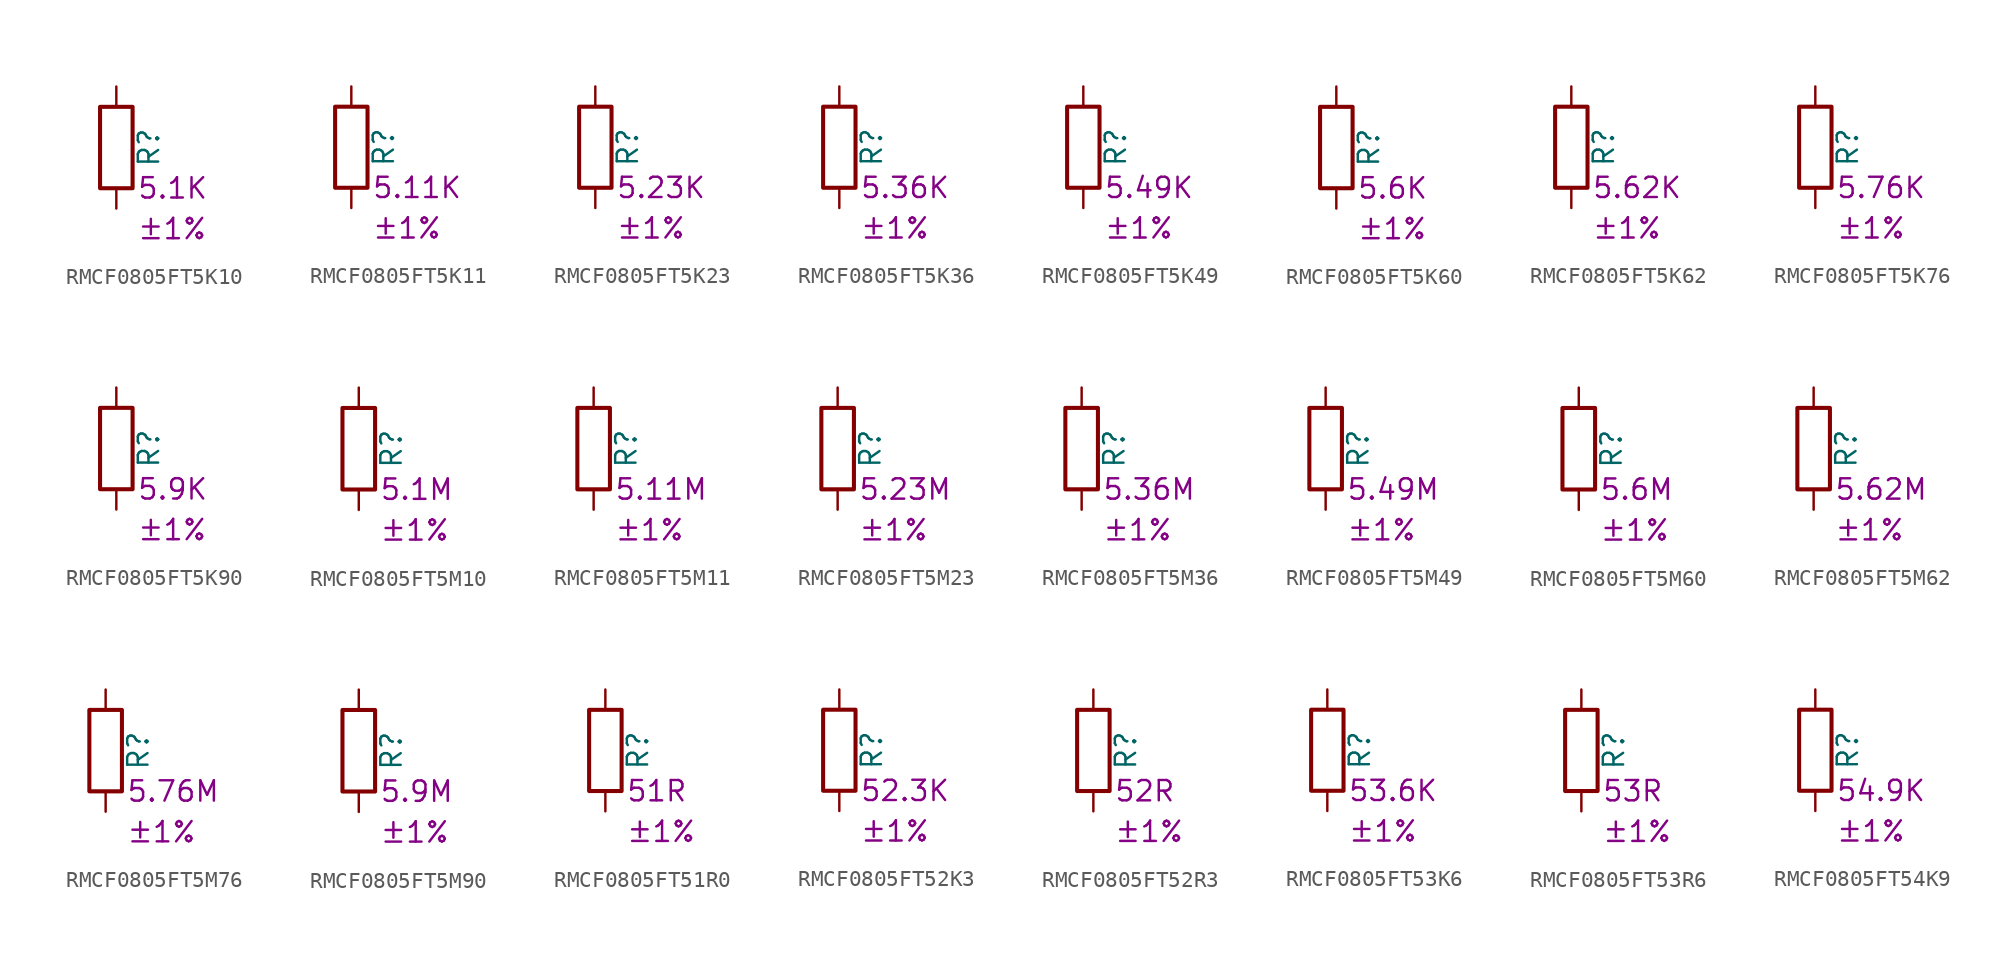
<source format=kicad_sym>
(kicad_symbol_lib
  (version 20220914)
  (generator kicad_symbol_editor)
  (symbol "RMCF0805FT5K10"
    (pin_numbers hide)
    (pin_names
      (offset 0))
    (property "Reference" "R"
      (at 2.032 0 90)
      (effects (font (size 1.27 1.27))))
    (property "Resistance" "5.1K"
      (at 1.27 -2.54 0)
      (effects (font (size 1.27 1.27)) (justify left)))
    (property "Tolerance" "±1%"
      (at 1.27 -5.08 0)
      (effects (font (size 1.27 1.27)) (justify left)))
    (symbol "RMCF0805FT5K10_0_1"
      (rectangle (start -1.016 -2.54) (end 1.016 2.54) (stroke (width 0.254) (type default)) (fill (type none))))
    (symbol "RMCF0805FT5K10_1_1"
      (pin passive line (at 0 3.81 270) (length 1.27) (name "~" (effects (font (size 1.27 1.27)))) (number "1" (effects (font (size 1.27 1.27)))))
      (pin passive line (at 0 -3.81 90) (length 1.27) (name "~" (effects (font (size 1.27 1.27)))) (number "2" (effects (font (size 1.27 1.27)))))))
  (symbol "RMCF0805FT5K11"
    (pin_numbers hide)
    (pin_names
      (offset 0))
    (property "Reference" "R"
      (at 2.032 0 90)
      (effects (font (size 1.27 1.27))))
    (property "Resistance" "5.11K"
      (at 1.27 -2.54 0)
      (effects (font (size 1.27 1.27)) (justify left)))
    (property "Tolerance" "±1%"
      (at 1.27 -5.08 0)
      (effects (font (size 1.27 1.27)) (justify left)))
    (symbol "RMCF0805FT5K11_0_1"
      (rectangle (start -1.016 -2.54) (end 1.016 2.54) (stroke (width 0.254) (type default)) (fill (type none))))
    (symbol "RMCF0805FT5K11_1_1"
      (pin passive line (at 0 3.81 270) (length 1.27) (name "~" (effects (font (size 1.27 1.27)))) (number "1" (effects (font (size 1.27 1.27)))))
      (pin passive line (at 0 -3.81 90) (length 1.27) (name "~" (effects (font (size 1.27 1.27)))) (number "2" (effects (font (size 1.27 1.27)))))))
  (symbol "RMCF0805FT5K23"
    (pin_numbers hide)
    (pin_names
      (offset 0))
    (property "Reference" "R"
      (at 2.032 0 90)
      (effects (font (size 1.27 1.27))))
    (property "Resistance" "5.23K"
      (at 1.27 -2.54 0)
      (effects (font (size 1.27 1.27)) (justify left)))
    (property "Tolerance" "±1%"
      (at 1.27 -5.08 0)
      (effects (font (size 1.27 1.27)) (justify left)))
    (symbol "RMCF0805FT5K23_0_1"
      (rectangle (start -1.016 -2.54) (end 1.016 2.54) (stroke (width 0.254) (type default)) (fill (type none))))
    (symbol "RMCF0805FT5K23_1_1"
      (pin passive line (at 0 3.81 270) (length 1.27) (name "~" (effects (font (size 1.27 1.27)))) (number "1" (effects (font (size 1.27 1.27)))))
      (pin passive line (at 0 -3.81 90) (length 1.27) (name "~" (effects (font (size 1.27 1.27)))) (number "2" (effects (font (size 1.27 1.27)))))))
  (symbol "RMCF0805FT5K36"
    (pin_numbers hide)
    (pin_names
      (offset 0))
    (property "Reference" "R"
      (at 2.032 0 90)
      (effects (font (size 1.27 1.27))))
    (property "Resistance" "5.36K"
      (at 1.27 -2.54 0)
      (effects (font (size 1.27 1.27)) (justify left)))
    (property "Tolerance" "±1%"
      (at 1.27 -5.08 0)
      (effects (font (size 1.27 1.27)) (justify left)))
    (symbol "RMCF0805FT5K36_0_1"
      (rectangle (start -1.016 -2.54) (end 1.016 2.54) (stroke (width 0.254) (type default)) (fill (type none))))
    (symbol "RMCF0805FT5K36_1_1"
      (pin passive line (at 0 3.81 270) (length 1.27) (name "~" (effects (font (size 1.27 1.27)))) (number "1" (effects (font (size 1.27 1.27)))))
      (pin passive line (at 0 -3.81 90) (length 1.27) (name "~" (effects (font (size 1.27 1.27)))) (number "2" (effects (font (size 1.27 1.27)))))))
  (symbol "RMCF0805FT5K49"
    (pin_numbers hide)
    (pin_names
      (offset 0))
    (property "Reference" "R"
      (at 2.032 0 90)
      (effects (font (size 1.27 1.27))))
    (property "Resistance" "5.49K"
      (at 1.27 -2.54 0)
      (effects (font (size 1.27 1.27)) (justify left)))
    (property "Tolerance" "±1%"
      (at 1.27 -5.08 0)
      (effects (font (size 1.27 1.27)) (justify left)))
    (symbol "RMCF0805FT5K49_0_1"
      (rectangle (start -1.016 -2.54) (end 1.016 2.54) (stroke (width 0.254) (type default)) (fill (type none))))
    (symbol "RMCF0805FT5K49_1_1"
      (pin passive line (at 0 3.81 270) (length 1.27) (name "~" (effects (font (size 1.27 1.27)))) (number "1" (effects (font (size 1.27 1.27)))))
      (pin passive line (at 0 -3.81 90) (length 1.27) (name "~" (effects (font (size 1.27 1.27)))) (number "2" (effects (font (size 1.27 1.27)))))))
  (symbol "RMCF0805FT5K60"
    (pin_numbers hide)
    (pin_names
      (offset 0))
    (property "Reference" "R"
      (at 2.032 0 90)
      (effects (font (size 1.27 1.27))))
    (property "Resistance" "5.6K"
      (at 1.27 -2.54 0)
      (effects (font (size 1.27 1.27)) (justify left)))
    (property "Tolerance" "±1%"
      (at 1.27 -5.08 0)
      (effects (font (size 1.27 1.27)) (justify left)))
    (symbol "RMCF0805FT5K60_0_1"
      (rectangle (start -1.016 -2.54) (end 1.016 2.54) (stroke (width 0.254) (type default)) (fill (type none))))
    (symbol "RMCF0805FT5K60_1_1"
      (pin passive line (at 0 3.81 270) (length 1.27) (name "~" (effects (font (size 1.27 1.27)))) (number "1" (effects (font (size 1.27 1.27)))))
      (pin passive line (at 0 -3.81 90) (length 1.27) (name "~" (effects (font (size 1.27 1.27)))) (number "2" (effects (font (size 1.27 1.27)))))))
  (symbol "RMCF0805FT5K62"
    (pin_numbers hide)
    (pin_names
      (offset 0))
    (property "Reference" "R"
      (at 2.032 0 90)
      (effects (font (size 1.27 1.27))))
    (property "Resistance" "5.62K"
      (at 1.27 -2.54 0)
      (effects (font (size 1.27 1.27)) (justify left)))
    (property "Tolerance" "±1%"
      (at 1.27 -5.08 0)
      (effects (font (size 1.27 1.27)) (justify left)))
    (symbol "RMCF0805FT5K62_0_1"
      (rectangle (start -1.016 -2.54) (end 1.016 2.54) (stroke (width 0.254) (type default)) (fill (type none))))
    (symbol "RMCF0805FT5K62_1_1"
      (pin passive line (at 0 3.81 270) (length 1.27) (name "~" (effects (font (size 1.27 1.27)))) (number "1" (effects (font (size 1.27 1.27)))))
      (pin passive line (at 0 -3.81 90) (length 1.27) (name "~" (effects (font (size 1.27 1.27)))) (number "2" (effects (font (size 1.27 1.27)))))))
  (symbol "RMCF0805FT5K76"
    (pin_numbers hide)
    (pin_names
      (offset 0))
    (property "Reference" "R"
      (at 2.032 0 90)
      (effects (font (size 1.27 1.27))))
    (property "Resistance" "5.76K"
      (at 1.27 -2.54 0)
      (effects (font (size 1.27 1.27)) (justify left)))
    (property "Tolerance" "±1%"
      (at 1.27 -5.08 0)
      (effects (font (size 1.27 1.27)) (justify left)))
    (symbol "RMCF0805FT5K76_0_1"
      (rectangle (start -1.016 -2.54) (end 1.016 2.54) (stroke (width 0.254) (type default)) (fill (type none))))
    (symbol "RMCF0805FT5K76_1_1"
      (pin passive line (at 0 3.81 270) (length 1.27) (name "~" (effects (font (size 1.27 1.27)))) (number "1" (effects (font (size 1.27 1.27)))))
      (pin passive line (at 0 -3.81 90) (length 1.27) (name "~" (effects (font (size 1.27 1.27)))) (number "2" (effects (font (size 1.27 1.27)))))))
  (symbol "RMCF0805FT5K90"
    (pin_numbers hide)
    (pin_names
      (offset 0))
    (property "Reference" "R"
      (at 2.032 0 90)
      (effects (font (size 1.27 1.27))))
    (property "Resistance" "5.9K"
      (at 1.27 -2.54 0)
      (effects (font (size 1.27 1.27)) (justify left)))
    (property "Tolerance" "±1%"
      (at 1.27 -5.08 0)
      (effects (font (size 1.27 1.27)) (justify left)))
    (symbol "RMCF0805FT5K90_0_1"
      (rectangle (start -1.016 -2.54) (end 1.016 2.54) (stroke (width 0.254) (type default)) (fill (type none))))
    (symbol "RMCF0805FT5K90_1_1"
      (pin passive line (at 0 3.81 270) (length 1.27) (name "~" (effects (font (size 1.27 1.27)))) (number "1" (effects (font (size 1.27 1.27)))))
      (pin passive line (at 0 -3.81 90) (length 1.27) (name "~" (effects (font (size 1.27 1.27)))) (number "2" (effects (font (size 1.27 1.27)))))))
  (symbol "RMCF0805FT5M10"
    (pin_numbers hide)
    (pin_names
      (offset 0))
    (property "Reference" "R"
      (at 2.032 0 90)
      (effects (font (size 1.27 1.27))))
    (property "Resistance" "5.1M"
      (at 1.27 -2.54 0)
      (effects (font (size 1.27 1.27)) (justify left)))
    (property "Tolerance" "±1%"
      (at 1.27 -5.08 0)
      (effects (font (size 1.27 1.27)) (justify left)))
    (symbol "RMCF0805FT5M10_0_1"
      (rectangle (start -1.016 -2.54) (end 1.016 2.54) (stroke (width 0.254) (type default)) (fill (type none))))
    (symbol "RMCF0805FT5M10_1_1"
      (pin passive line (at 0 3.81 270) (length 1.27) (name "~" (effects (font (size 1.27 1.27)))) (number "1" (effects (font (size 1.27 1.27)))))
      (pin passive line (at 0 -3.81 90) (length 1.27) (name "~" (effects (font (size 1.27 1.27)))) (number "2" (effects (font (size 1.27 1.27)))))))
  (symbol "RMCF0805FT5M11"
    (pin_numbers hide)
    (pin_names
      (offset 0))
    (property "Reference" "R"
      (at 2.032 0 90)
      (effects (font (size 1.27 1.27))))
    (property "Resistance" "5.11M"
      (at 1.27 -2.54 0)
      (effects (font (size 1.27 1.27)) (justify left)))
    (property "Tolerance" "±1%"
      (at 1.27 -5.08 0)
      (effects (font (size 1.27 1.27)) (justify left)))
    (symbol "RMCF0805FT5M11_0_1"
      (rectangle (start -1.016 -2.54) (end 1.016 2.54) (stroke (width 0.254) (type default)) (fill (type none))))
    (symbol "RMCF0805FT5M11_1_1"
      (pin passive line (at 0 3.81 270) (length 1.27) (name "~" (effects (font (size 1.27 1.27)))) (number "1" (effects (font (size 1.27 1.27)))))
      (pin passive line (at 0 -3.81 90) (length 1.27) (name "~" (effects (font (size 1.27 1.27)))) (number "2" (effects (font (size 1.27 1.27)))))))
  (symbol "RMCF0805FT5M23"
    (pin_numbers hide)
    (pin_names
      (offset 0))
    (property "Reference" "R"
      (at 2.032 0 90)
      (effects (font (size 1.27 1.27))))
    (property "Resistance" "5.23M"
      (at 1.27 -2.54 0)
      (effects (font (size 1.27 1.27)) (justify left)))
    (property "Tolerance" "±1%"
      (at 1.27 -5.08 0)
      (effects (font (size 1.27 1.27)) (justify left)))
    (symbol "RMCF0805FT5M23_0_1"
      (rectangle (start -1.016 -2.54) (end 1.016 2.54) (stroke (width 0.254) (type default)) (fill (type none))))
    (symbol "RMCF0805FT5M23_1_1"
      (pin passive line (at 0 3.81 270) (length 1.27) (name "~" (effects (font (size 1.27 1.27)))) (number "1" (effects (font (size 1.27 1.27)))))
      (pin passive line (at 0 -3.81 90) (length 1.27) (name "~" (effects (font (size 1.27 1.27)))) (number "2" (effects (font (size 1.27 1.27)))))))
  (symbol "RMCF0805FT5M36"
    (pin_numbers hide)
    (pin_names
      (offset 0))
    (property "Reference" "R"
      (at 2.032 0 90)
      (effects (font (size 1.27 1.27))))
    (property "Resistance" "5.36M"
      (at 1.27 -2.54 0)
      (effects (font (size 1.27 1.27)) (justify left)))
    (property "Tolerance" "±1%"
      (at 1.27 -5.08 0)
      (effects (font (size 1.27 1.27)) (justify left)))
    (symbol "RMCF0805FT5M36_0_1"
      (rectangle (start -1.016 -2.54) (end 1.016 2.54) (stroke (width 0.254) (type default)) (fill (type none))))
    (symbol "RMCF0805FT5M36_1_1"
      (pin passive line (at 0 3.81 270) (length 1.27) (name "~" (effects (font (size 1.27 1.27)))) (number "1" (effects (font (size 1.27 1.27)))))
      (pin passive line (at 0 -3.81 90) (length 1.27) (name "~" (effects (font (size 1.27 1.27)))) (number "2" (effects (font (size 1.27 1.27)))))))
  (symbol "RMCF0805FT5M49"
    (pin_numbers hide)
    (pin_names
      (offset 0))
    (property "Reference" "R"
      (at 2.032 0 90)
      (effects (font (size 1.27 1.27))))
    (property "Resistance" "5.49M"
      (at 1.27 -2.54 0)
      (effects (font (size 1.27 1.27)) (justify left)))
    (property "Tolerance" "±1%"
      (at 1.27 -5.08 0)
      (effects (font (size 1.27 1.27)) (justify left)))
    (symbol "RMCF0805FT5M49_0_1"
      (rectangle (start -1.016 -2.54) (end 1.016 2.54) (stroke (width 0.254) (type default)) (fill (type none))))
    (symbol "RMCF0805FT5M49_1_1"
      (pin passive line (at 0 3.81 270) (length 1.27) (name "~" (effects (font (size 1.27 1.27)))) (number "1" (effects (font (size 1.27 1.27)))))
      (pin passive line (at 0 -3.81 90) (length 1.27) (name "~" (effects (font (size 1.27 1.27)))) (number "2" (effects (font (size 1.27 1.27)))))))
  (symbol "RMCF0805FT5M60"
    (pin_numbers hide)
    (pin_names
      (offset 0))
    (property "Reference" "R"
      (at 2.032 0 90)
      (effects (font (size 1.27 1.27))))
    (property "Resistance" "5.6M"
      (at 1.27 -2.54 0)
      (effects (font (size 1.27 1.27)) (justify left)))
    (property "Tolerance" "±1%"
      (at 1.27 -5.08 0)
      (effects (font (size 1.27 1.27)) (justify left)))
    (symbol "RMCF0805FT5M60_0_1"
      (rectangle (start -1.016 -2.54) (end 1.016 2.54) (stroke (width 0.254) (type default)) (fill (type none))))
    (symbol "RMCF0805FT5M60_1_1"
      (pin passive line (at 0 3.81 270) (length 1.27) (name "~" (effects (font (size 1.27 1.27)))) (number "1" (effects (font (size 1.27 1.27)))))
      (pin passive line (at 0 -3.81 90) (length 1.27) (name "~" (effects (font (size 1.27 1.27)))) (number "2" (effects (font (size 1.27 1.27)))))))
  (symbol "RMCF0805FT5M62"
    (pin_numbers hide)
    (pin_names
      (offset 0))
    (property "Reference" "R"
      (at 2.032 0 90)
      (effects (font (size 1.27 1.27))))
    (property "Resistance" "5.62M"
      (at 1.27 -2.54 0)
      (effects (font (size 1.27 1.27)) (justify left)))
    (property "Tolerance" "±1%"
      (at 1.27 -5.08 0)
      (effects (font (size 1.27 1.27)) (justify left)))
    (symbol "RMCF0805FT5M62_0_1"
      (rectangle (start -1.016 -2.54) (end 1.016 2.54) (stroke (width 0.254) (type default)) (fill (type none))))
    (symbol "RMCF0805FT5M62_1_1"
      (pin passive line (at 0 3.81 270) (length 1.27) (name "~" (effects (font (size 1.27 1.27)))) (number "1" (effects (font (size 1.27 1.27)))))
      (pin passive line (at 0 -3.81 90) (length 1.27) (name "~" (effects (font (size 1.27 1.27)))) (number "2" (effects (font (size 1.27 1.27)))))))
  (symbol "RMCF0805FT5M76"
    (pin_numbers hide)
    (pin_names
      (offset 0))
    (property "Reference" "R"
      (at 2.032 0 90)
      (effects (font (size 1.27 1.27))))
    (property "Resistance" "5.76M"
      (at 1.27 -2.54 0)
      (effects (font (size 1.27 1.27)) (justify left)))
    (property "Tolerance" "±1%"
      (at 1.27 -5.08 0)
      (effects (font (size 1.27 1.27)) (justify left)))
    (symbol "RMCF0805FT5M76_0_1"
      (rectangle (start -1.016 -2.54) (end 1.016 2.54) (stroke (width 0.254) (type default)) (fill (type none))))
    (symbol "RMCF0805FT5M76_1_1"
      (pin passive line (at 0 3.81 270) (length 1.27) (name "~" (effects (font (size 1.27 1.27)))) (number "1" (effects (font (size 1.27 1.27)))))
      (pin passive line (at 0 -3.81 90) (length 1.27) (name "~" (effects (font (size 1.27 1.27)))) (number "2" (effects (font (size 1.27 1.27)))))))
  (symbol "RMCF0805FT5M90"
    (pin_numbers hide)
    (pin_names
      (offset 0))
    (property "Reference" "R"
      (at 2.032 0 90)
      (effects (font (size 1.27 1.27))))
    (property "Resistance" "5.9M"
      (at 1.27 -2.54 0)
      (effects (font (size 1.27 1.27)) (justify left)))
    (property "Tolerance" "±1%"
      (at 1.27 -5.08 0)
      (effects (font (size 1.27 1.27)) (justify left)))
    (symbol "RMCF0805FT5M90_0_1"
      (rectangle (start -1.016 -2.54) (end 1.016 2.54) (stroke (width 0.254) (type default)) (fill (type none))))
    (symbol "RMCF0805FT5M90_1_1"
      (pin passive line (at 0 3.81 270) (length 1.27) (name "~" (effects (font (size 1.27 1.27)))) (number "1" (effects (font (size 1.27 1.27)))))
      (pin passive line (at 0 -3.81 90) (length 1.27) (name "~" (effects (font (size 1.27 1.27)))) (number "2" (effects (font (size 1.27 1.27)))))))
  (symbol "RMCF0805FT51R0"
    (pin_numbers hide)
    (pin_names
      (offset 0))
    (property "Reference" "R"
      (at 2.032 0 90)
      (effects (font (size 1.27 1.27))))
    (property "Resistance" "51R"
      (at 1.27 -2.54 0)
      (effects (font (size 1.27 1.27)) (justify left)))
    (property "Tolerance" "±1%"
      (at 1.27 -5.08 0)
      (effects (font (size 1.27 1.27)) (justify left)))
    (symbol "RMCF0805FT51R0_0_1"
      (rectangle (start -1.016 -2.54) (end 1.016 2.54) (stroke (width 0.254) (type default)) (fill (type none))))
    (symbol "RMCF0805FT51R0_1_1"
      (pin passive line (at 0 3.81 270) (length 1.27) (name "~" (effects (font (size 1.27 1.27)))) (number "1" (effects (font (size 1.27 1.27)))))
      (pin passive line (at 0 -3.81 90) (length 1.27) (name "~" (effects (font (size 1.27 1.27)))) (number "2" (effects (font (size 1.27 1.27)))))))
  (symbol "RMCF0805FT52K3"
    (pin_numbers hide)
    (pin_names
      (offset 0))
    (property "Reference" "R"
      (at 2.032 0 90)
      (effects (font (size 1.27 1.27))))
    (property "Resistance" "52.3K"
      (at 1.27 -2.54 0)
      (effects (font (size 1.27 1.27)) (justify left)))
    (property "Tolerance" "±1%"
      (at 1.27 -5.08 0)
      (effects (font (size 1.27 1.27)) (justify left)))
    (symbol "RMCF0805FT52K3_0_1"
      (rectangle (start -1.016 -2.54) (end 1.016 2.54) (stroke (width 0.254) (type default)) (fill (type none))))
    (symbol "RMCF0805FT52K3_1_1"
      (pin passive line (at 0 3.81 270) (length 1.27) (name "~" (effects (font (size 1.27 1.27)))) (number "1" (effects (font (size 1.27 1.27)))))
      (pin passive line (at 0 -3.81 90) (length 1.27) (name "~" (effects (font (size 1.27 1.27)))) (number "2" (effects (font (size 1.27 1.27)))))))
  (symbol "RMCF0805FT52R3"
    (pin_numbers hide)
    (pin_names
      (offset 0))
    (property "Reference" "R"
      (at 2.032 0 90)
      (effects (font (size 1.27 1.27))))
    (property "Resistance" "52R"
      (at 1.27 -2.54 0)
      (effects (font (size 1.27 1.27)) (justify left)))
    (property "Tolerance" "±1%"
      (at 1.27 -5.08 0)
      (effects (font (size 1.27 1.27)) (justify left)))
    (symbol "RMCF0805FT52R3_0_1"
      (rectangle (start -1.016 -2.54) (end 1.016 2.54) (stroke (width 0.254) (type default)) (fill (type none))))
    (symbol "RMCF0805FT52R3_1_1"
      (pin passive line (at 0 3.81 270) (length 1.27) (name "~" (effects (font (size 1.27 1.27)))) (number "1" (effects (font (size 1.27 1.27)))))
      (pin passive line (at 0 -3.81 90) (length 1.27) (name "~" (effects (font (size 1.27 1.27)))) (number "2" (effects (font (size 1.27 1.27)))))))
  (symbol "RMCF0805FT53K6"
    (pin_numbers hide)
    (pin_names
      (offset 0))
    (property "Reference" "R"
      (at 2.032 0 90)
      (effects (font (size 1.27 1.27))))
    (property "Resistance" "53.6K"
      (at 1.27 -2.54 0)
      (effects (font (size 1.27 1.27)) (justify left)))
    (property "Tolerance" "±1%"
      (at 1.27 -5.08 0)
      (effects (font (size 1.27 1.27)) (justify left)))
    (symbol "RMCF0805FT53K6_0_1"
      (rectangle (start -1.016 -2.54) (end 1.016 2.54) (stroke (width 0.254) (type default)) (fill (type none))))
    (symbol "RMCF0805FT53K6_1_1"
      (pin passive line (at 0 3.81 270) (length 1.27) (name "~" (effects (font (size 1.27 1.27)))) (number "1" (effects (font (size 1.27 1.27)))))
      (pin passive line (at 0 -3.81 90) (length 1.27) (name "~" (effects (font (size 1.27 1.27)))) (number "2" (effects (font (size 1.27 1.27)))))))
  (symbol "RMCF0805FT53R6"
    (pin_numbers hide)
    (pin_names
      (offset 0))
    (property "Reference" "R"
      (at 2.032 0 90)
      (effects (font (size 1.27 1.27))))
    (property "Resistance" "53R"
      (at 1.27 -2.54 0)
      (effects (font (size 1.27 1.27)) (justify left)))
    (property "Tolerance" "±1%"
      (at 1.27 -5.08 0)
      (effects (font (size 1.27 1.27)) (justify left)))
    (symbol "RMCF0805FT53R6_0_1"
      (rectangle (start -1.016 -2.54) (end 1.016 2.54) (stroke (width 0.254) (type default)) (fill (type none))))
    (symbol "RMCF0805FT53R6_1_1"
      (pin passive line (at 0 3.81 270) (length 1.27) (name "~" (effects (font (size 1.27 1.27)))) (number "1" (effects (font (size 1.27 1.27)))))
      (pin passive line (at 0 -3.81 90) (length 1.27) (name "~" (effects (font (size 1.27 1.27)))) (number "2" (effects (font (size 1.27 1.27)))))))
  (symbol "RMCF0805FT54K9"
    (pin_numbers hide)
    (pin_names
      (offset 0))
    (property "Reference" "R"
      (at 2.032 0 90)
      (effects (font (size 1.27 1.27))))
    (property "Resistance" "54.9K"
      (at 1.27 -2.54 0)
      (effects (font (size 1.27 1.27)) (justify left)))
    (property "Tolerance" "±1%"
      (at 1.27 -5.08 0)
      (effects (font (size 1.27 1.27)) (justify left)))
    (symbol "RMCF0805FT54K9_0_1"
      (rectangle (start -1.016 -2.54) (end 1.016 2.54) (stroke (width 0.254) (type default)) (fill (type none))))
    (symbol "RMCF0805FT54K9_1_1"
      (pin passive line (at 0 3.81 270) (length 1.27) (name "~" (effects (font (size 1.27 1.27)))) (number "1" (effects (font (size 1.27 1.27)))))
      (pin passive line (at 0 -3.81 90) (length 1.27) (name "~" (effects (font (size 1.27 1.27)))) (number "2" (effects (font (size 1.27 1.27))))))))
</source>
